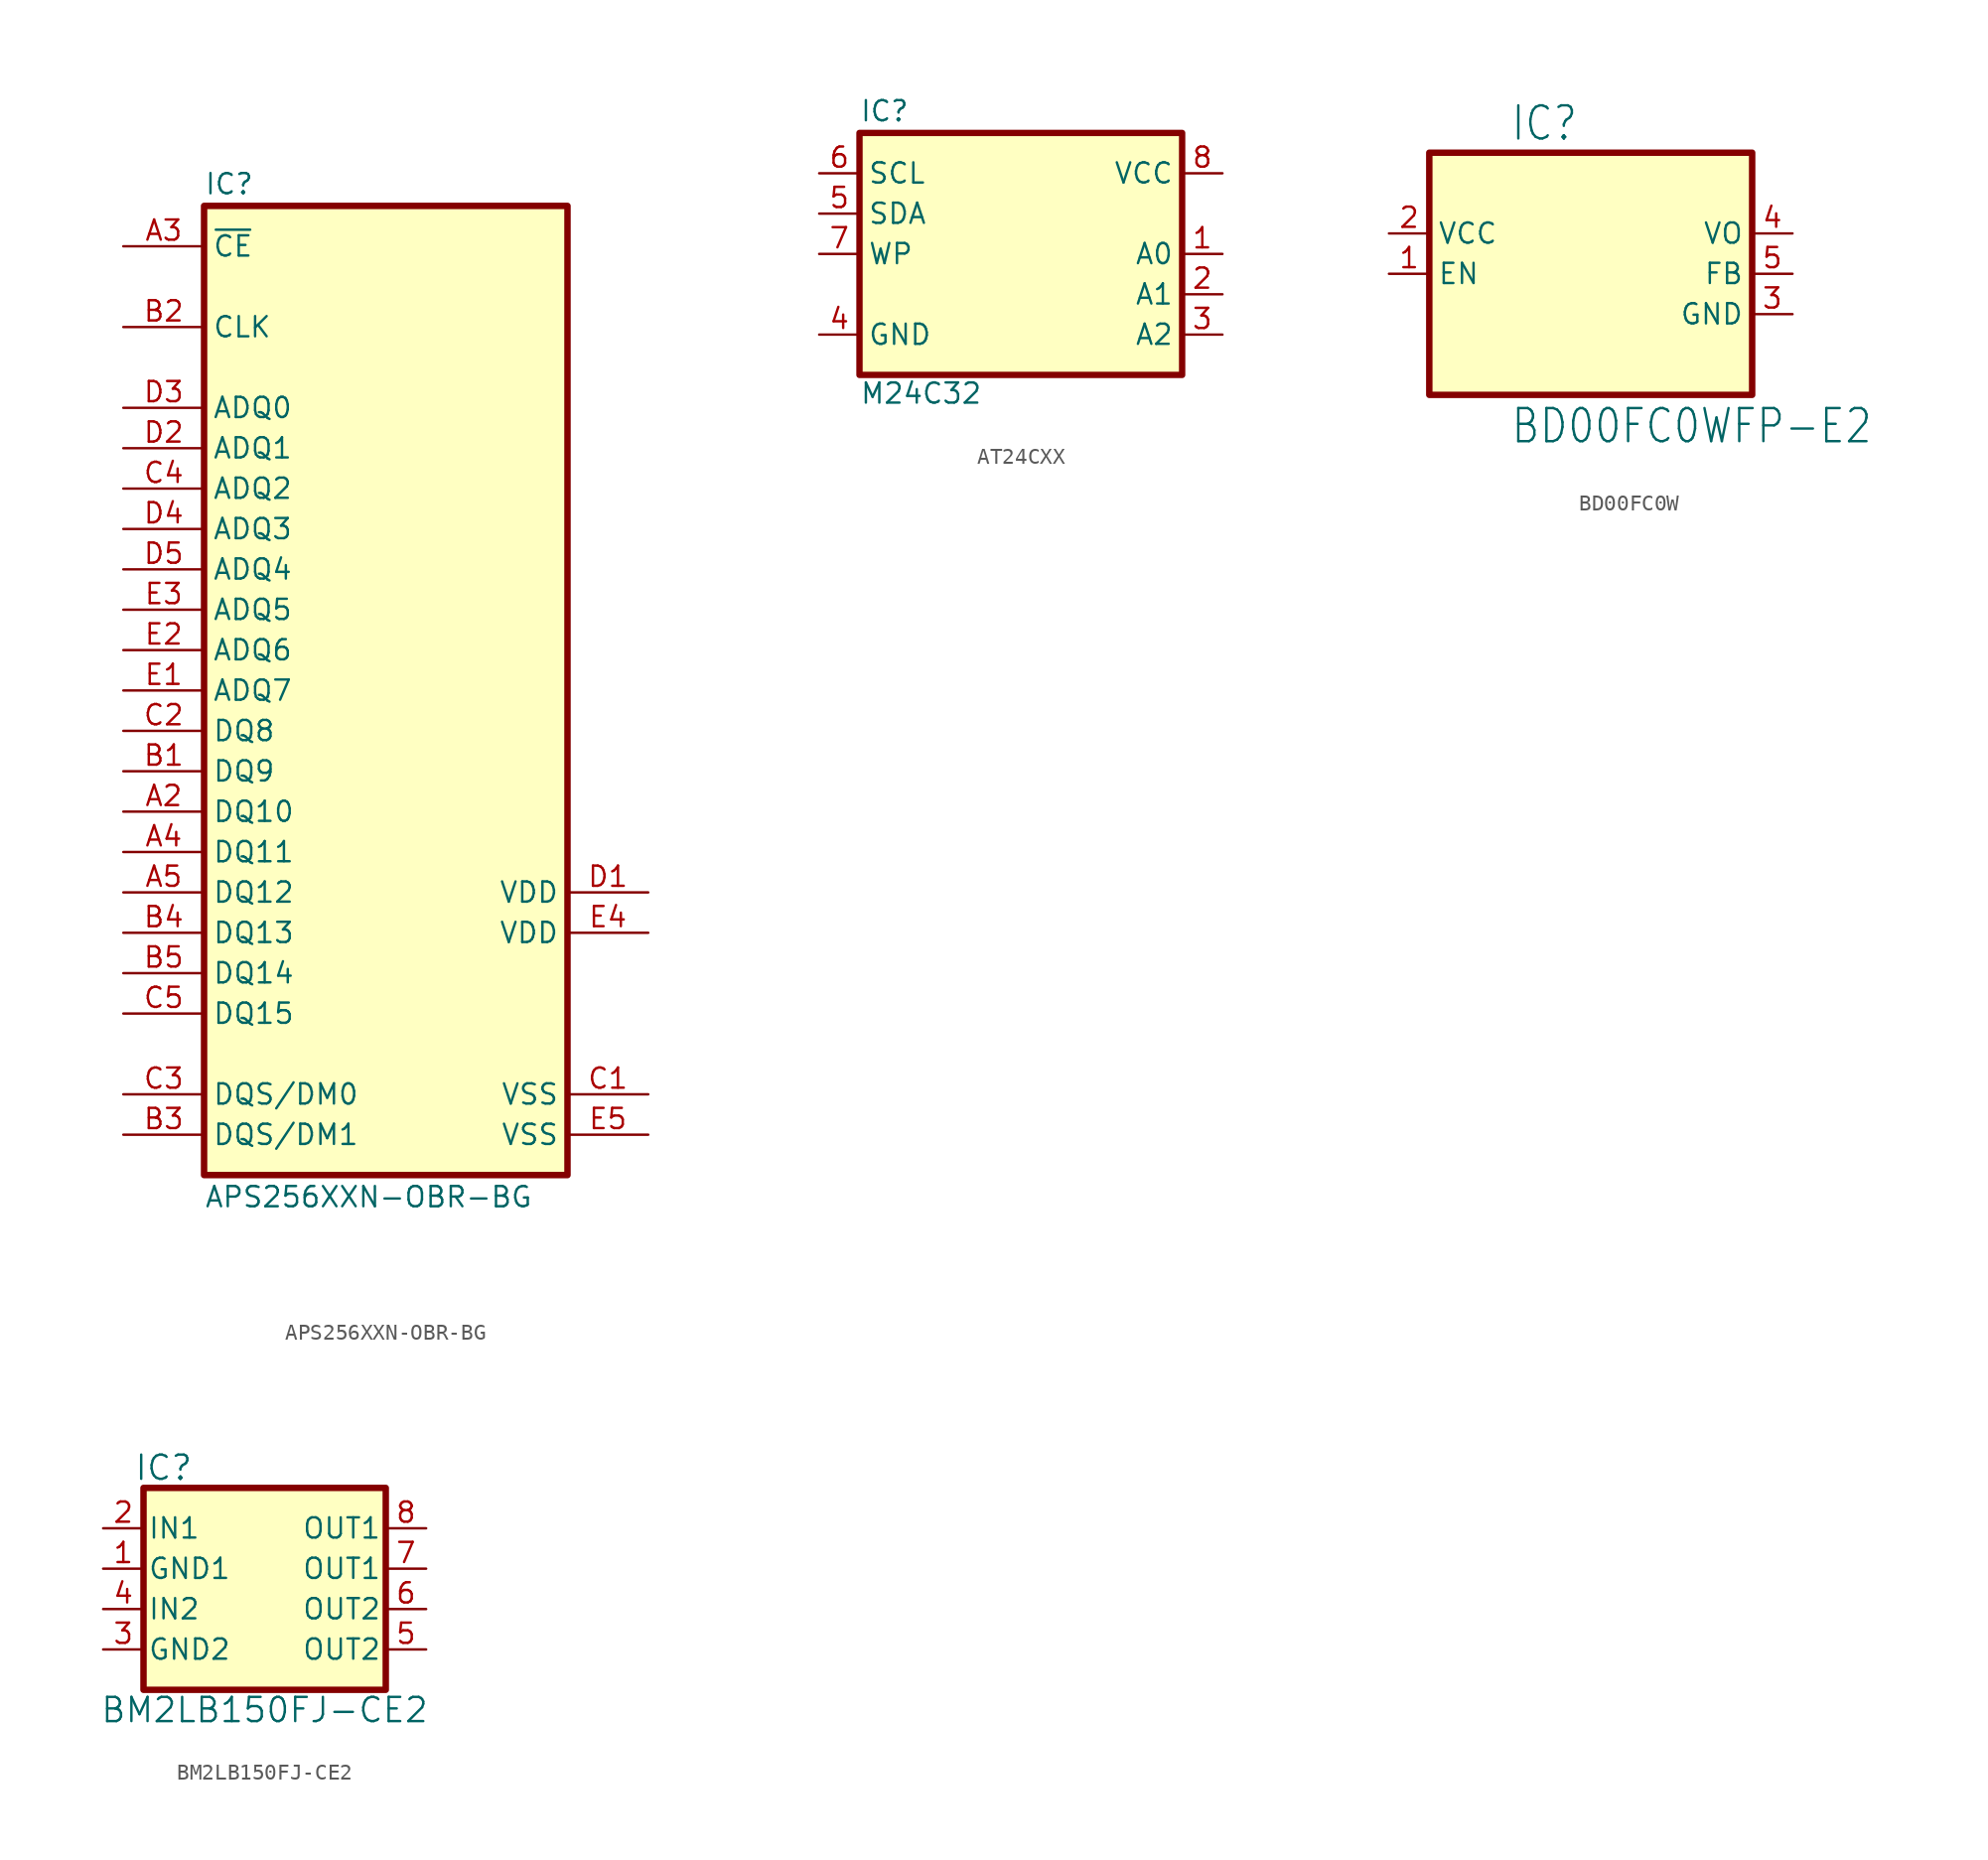
<source format=kicad_sym>
(kicad_symbol_lib
  (version 20241209)
  (generator "kicad_symbol_editor")
  (generator_version "9.0")
  (symbol "APS256XXN-OBR-BG"
    (property "Reference" "IC"
      (at 5.08 3.175 0)
      (do_not_autoplace)
      (effects (font (size 1.27 1.27)) (justify left bottom)))
    (property "Value" "APS256XXN-OBR-BG"
      (at 5.08 -59.055 0)
      (do_not_autoplace)
      (effects (font (size 1.27 1.27)) (justify left top)))
    (symbol "APS256XXN-OBR-BG_1_1"
      (rectangle (start 5.08 2.54) (end 27.94 -58.42) (stroke (width 0.406) (type default)) (fill (type background)))
      (pin input line (at 0 0 0) (length 5.08) (name "~{CE}" (effects (font (size 1.27 1.27)))) (number "A3" (effects (font (size 1.27 1.27)))))
      (pin input line (at 0 -5.08 0) (length 5.08) (name "CLK" (effects (font (size 1.27 1.27)))) (number "B2" (effects (font (size 1.27 1.27)))))
      (pin bidirectional line (at 0 -10.16 0) (length 5.08) (name "ADQ0" (effects (font (size 1.27 1.27)))) (number "D3" (effects (font (size 1.27 1.27)))))
      (pin bidirectional line (at 0 -12.7 0) (length 5.08) (name "ADQ1" (effects (font (size 1.27 1.27)))) (number "D2" (effects (font (size 1.27 1.27)))))
      (pin bidirectional line (at 0 -15.24 0) (length 5.08) (name "ADQ2" (effects (font (size 1.27 1.27)))) (number "C4" (effects (font (size 1.27 1.27)))))
      (pin bidirectional line (at 0 -17.78 0) (length 5.08) (name "ADQ3" (effects (font (size 1.27 1.27)))) (number "D4" (effects (font (size 1.27 1.27)))))
      (pin bidirectional line (at 0 -20.32 0) (length 5.08) (name "ADQ4" (effects (font (size 1.27 1.27)))) (number "D5" (effects (font (size 1.27 1.27)))))
      (pin bidirectional line (at 0 -22.86 0) (length 5.08) (name "ADQ5" (effects (font (size 1.27 1.27)))) (number "E3" (effects (font (size 1.27 1.27)))))
      (pin bidirectional line (at 0 -25.4 0) (length 5.08) (name "ADQ6" (effects (font (size 1.27 1.27)))) (number "E2" (effects (font (size 1.27 1.27)))))
      (pin bidirectional line (at 0 -27.94 0) (length 5.08) (name "ADQ7" (effects (font (size 1.27 1.27)))) (number "E1" (effects (font (size 1.27 1.27)))))
      (pin bidirectional line (at 0 -30.48 0) (length 5.08) (name "DQ8" (effects (font (size 1.27 1.27)))) (number "C2" (effects (font (size 1.27 1.27)))))
      (pin bidirectional line (at 0 -33.02 0) (length 5.08) (name "DQ9" (effects (font (size 1.27 1.27)))) (number "B1" (effects (font (size 1.27 1.27)))))
      (pin bidirectional line (at 0 -35.56 0) (length 5.08) (name "DQ10" (effects (font (size 1.27 1.27)))) (number "A2" (effects (font (size 1.27 1.27)))))
      (pin bidirectional line (at 0 -38.1 0) (length 5.08) (name "DQ11" (effects (font (size 1.27 1.27)))) (number "A4" (effects (font (size 1.27 1.27)))))
      (pin bidirectional line (at 0 -40.64 0) (length 5.08) (name "DQ12" (effects (font (size 1.27 1.27)))) (number "A5" (effects (font (size 1.27 1.27)))))
      (pin bidirectional line (at 0 -43.18 0) (length 5.08) (name "DQ13" (effects (font (size 1.27 1.27)))) (number "B4" (effects (font (size 1.27 1.27)))))
      (pin bidirectional line (at 0 -45.72 0) (length 5.08) (name "DQ14" (effects (font (size 1.27 1.27)))) (number "B5" (effects (font (size 1.27 1.27)))))
      (pin bidirectional line (at 0 -48.26 0) (length 5.08) (name "DQ15" (effects (font (size 1.27 1.27)))) (number "C5" (effects (font (size 1.27 1.27)))))
      (pin bidirectional line (at 0 -53.34 0) (length 5.08) (name "DQS/DM0" (effects (font (size 1.27 1.27)))) (number "C3" (effects (font (size 1.27 1.27)))))
      (pin bidirectional line (at 0 -55.88 0) (length 5.08) (name "DQS/DM1" (effects (font (size 1.27 1.27)))) (number "B3" (effects (font (size 1.27 1.27)))))
      (pin power_in line (at 33.02 -40.64 180) (length 5.08) (name "VDD" (effects (font (size 1.27 1.27)))) (number "D1" (effects (font (size 1.27 1.27)))))
      (pin power_in line (at 33.02 -43.18 180) (length 5.08) (name "VDD" (effects (font (size 1.27 1.27)))) (number "E4" (effects (font (size 1.27 1.27)))))
      (pin power_in line (at 33.02 -53.34 180) (length 5.08) (name "VSS" (effects (font (size 1.27 1.27)))) (number "C1" (effects (font (size 1.27 1.27)))))
      (pin power_in line (at 33.02 -55.88 180) (length 5.08) (name "VSS" (effects (font (size 1.27 1.27)))) (number "E5" (effects (font (size 1.27 1.27)))))))
  (symbol "AT24CXX"
    (property "Reference" "IC"
      (at -10.16 8.255 0)
      (effects (font (size 1.27 1.27)) (justify left bottom)))
    (property "Value" "M24C32"
      (at -10.16 -9.525 0)
      (effects (font (size 1.27 1.27)) (justify left bottom)))
    (symbol "AT24CXX_1_0"
      (pin bidirectional line (at -12.7 5.08 0) (length 2.54) (name "SCL" (effects (font (size 1.27 1.27)))) (number "6" (effects (font (size 1.27 1.27)))))
      (pin bidirectional line (at -12.7 2.54 0) (length 2.54) (name "SDA" (effects (font (size 1.27 1.27)))) (number "5" (effects (font (size 1.27 1.27)))))
      (pin input line (at -12.7 0 0) (length 2.54) (name "WP" (effects (font (size 1.27 1.27)))) (number "7" (effects (font (size 1.27 1.27)))))
      (pin passive line (at -12.7 -5.08 0) (length 2.54) (name "GND" (effects (font (size 1.27 1.27)))) (number "4" (effects (font (size 1.27 1.27)))))
      (pin power_in line (at 12.7 5.08 180) (length 2.54) (name "VCC" (effects (font (size 1.27 1.27)))) (number "8" (effects (font (size 1.27 1.27)))))
      (pin input line (at 12.7 0 180) (length 2.54) (name "A0" (effects (font (size 1.27 1.27)))) (number "1" (effects (font (size 1.27 1.27)))))
      (pin input line (at 12.7 -2.54 180) (length 2.54) (name "A1" (effects (font (size 1.27 1.27)))) (number "2" (effects (font (size 1.27 1.27)))))
      (pin input line (at 12.7 -5.08 180) (length 2.54) (name "A2" (effects (font (size 1.27 1.27)))) (number "3" (effects (font (size 1.27 1.27))))))
    (symbol "AT24CXX_1_1"
      (rectangle (start -10.16 7.62) (end 10.16 -7.62) (stroke (width 0.4) (type default)) (fill (type background)))))
  (symbol "BD00FC0W"
    (property "Reference" "IC"
      (at -5.08 8.255 0)
      (effects (font (size 2.083 1.77)) (justify left bottom)))
    (property "Value" "BD00FC0WFP-E2"
      (at -5.08 -10.795 0)
      (effects (font (size 2.083 1.77)) (justify left bottom)))
    (symbol "BD00FC0W_1_0"
      (pin passive line (at -12.7 2.54 0) (length 2.54) (name "VCC" (effects (font (size 1.27 1.27)))) (number "2" (effects (font (size 1.27 1.27)))))
      (pin passive line (at -12.7 0 0) (length 2.54) (name "EN" (effects (font (size 1.27 1.27)))) (number "1" (effects (font (size 1.27 1.27)))))
      (pin output line (at 12.7 2.54 180) (length 2.54) (name "VO" (effects (font (size 1.27 1.27)))) (number "4" (effects (font (size 1.27 1.27)))))
      (pin passive line (at 12.7 0 180) (length 2.54) (name "FB" (effects (font (size 1.27 1.27)))) (number "5" (effects (font (size 1.27 1.27)))))
      (pin passive line (at 12.7 -2.54 180) (length 2.54) (name "GND" (effects (font (size 1.27 1.27)))) (number "3" (effects (font (size 1.27 1.27))))))
    (symbol "BD00FC0W_1_1"
      (rectangle (start -10.16 7.62) (end 10.16 -7.62) (stroke (width 0.406) (type default)) (fill (type background)))))
  (symbol "BM2LB150FJ-CE2"
    (pin_names
      (offset 0.254))
    (property "Reference" "IC"
      (at -6.35 6.35 0)
      (effects (font (size 1.524 1.524))))
    (property "Value" "BM2LB150FJ-CE2"
      (at 0 -8.89 0)
      (effects (font (size 1.524 1.524))))
    (symbol "BM2LB150FJ-CE2_1_1"
      (rectangle (start -7.62 5.08) (end 7.62 -7.62) (stroke (width 0.406) (type default)) (fill (type background)))
      (pin input line (at -10.16 2.54 0) (length 2.54) (name "IN1" (effects (font (size 1.27 1.27)))) (number "2" (effects (font (size 1.27 1.27)))))
      (pin passive line (at -10.16 0 0) (length 2.54) (name "GND1" (effects (font (size 1.27 1.27)))) (number "1" (effects (font (size 1.27 1.27)))))
      (pin input line (at -10.16 -2.54 0) (length 2.54) (name "IN2" (effects (font (size 1.27 1.27)))) (number "4" (effects (font (size 1.27 1.27)))))
      (pin passive line (at -10.16 -5.08 0) (length 2.54) (name "GND2" (effects (font (size 1.27 1.27)))) (number "3" (effects (font (size 1.27 1.27)))))
      (pin passive line (at 10.16 2.54 180) (length 2.54) (name "OUT1" (effects (font (size 1.27 1.27)))) (number "8" (effects (font (size 1.27 1.27)))))
      (pin passive line (at 10.16 0 180) (length 2.54) (name "OUT1" (effects (font (size 1.27 1.27)))) (number "7" (effects (font (size 1.27 1.27)))))
      (pin passive line (at 10.16 -2.54 180) (length 2.54) (name "OUT2" (effects (font (size 1.27 1.27)))) (number "6" (effects (font (size 1.27 1.27)))))
      (pin passive line (at 10.16 -5.08 180) (length 2.54) (name "OUT2" (effects (font (size 1.27 1.27)))) (number "5" (effects (font (size 1.27 1.27))))))))
</source>
